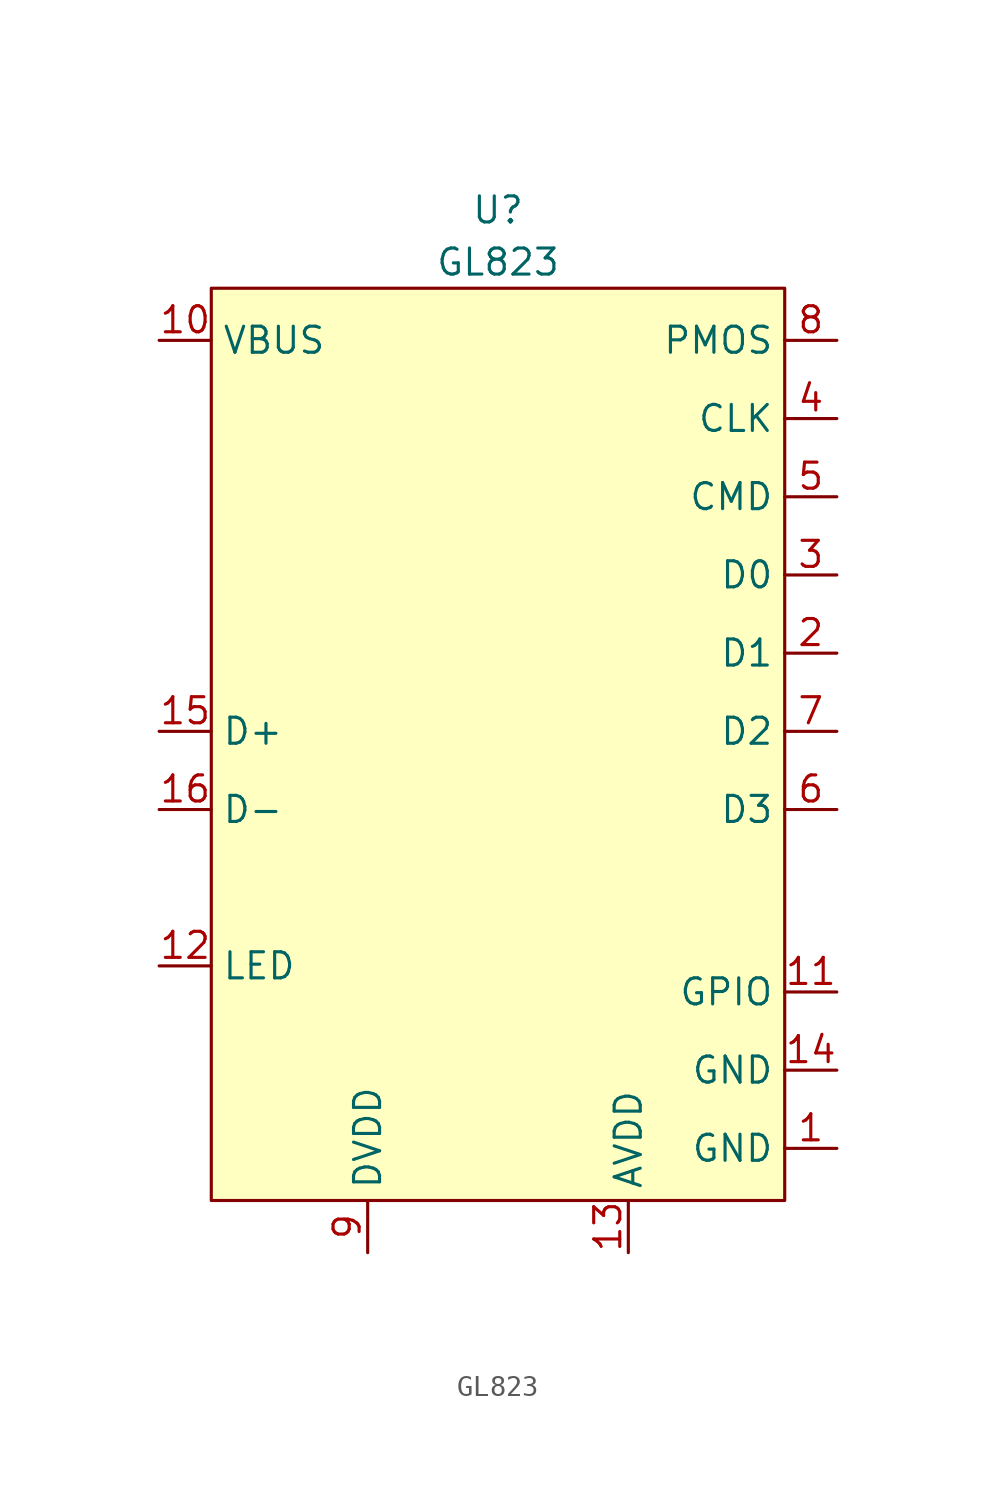
<source format=kicad_sym>
(kicad_symbol_lib
  (version 20220914)
  (generator kicad_symbol_editor)
  (symbol "GL823"
    (property "Reference" "U"
      (at 0 12.7 0)
      (effects (font (size 1.27 1.27))))
    (property "Value" "GL823"
      (at 0 10.16 0)
      (effects (font (size 1.27 1.27))))
    (symbol "GL823_1_1"
      (rectangle (start -13.97 8.89) (end 13.97 -35.56) (stroke (width 0) (type default)) (fill (type background)))
      (pin input line (at 16.51 -33.02 180) (length 2.54) (name "GND" (effects (font (size 1.27 1.27)))) (number "1" (effects (font (size 1.27 1.27)))))
      (pin input line (at -16.51 6.35 0) (length 2.54) (name "VBUS" (effects (font (size 1.27 1.27)))) (number "10" (effects (font (size 1.27 1.27)))))
      (pin input line (at 16.51 -25.4 180) (length 2.54) (name "GPIO" (effects (font (size 1.27 1.27)))) (number "11" (effects (font (size 1.27 1.27)))))
      (pin input line (at -16.51 -24.13 0) (length 2.54) (name "LED" (effects (font (size 1.27 1.27)))) (number "12" (effects (font (size 1.27 1.27)))))
      (pin input line (at 6.35 -38.1 90) (length 2.54) (name "AVDD" (effects (font (size 1.27 1.27)))) (number "13" (effects (font (size 1.27 1.27)))))
      (pin input line (at 16.51 -29.21 180) (length 2.54) (name "GND" (effects (font (size 1.27 1.27)))) (number "14" (effects (font (size 1.27 1.27)))))
      (pin input line (at -16.51 -12.7 0) (length 2.54) (name "D+" (effects (font (size 1.27 1.27)))) (number "15" (effects (font (size 1.27 1.27)))))
      (pin input line (at -16.51 -16.51 0) (length 2.54) (name "D-" (effects (font (size 1.27 1.27)))) (number "16" (effects (font (size 1.27 1.27)))))
      (pin input line (at 16.51 -8.89 180) (length 2.54) (name "D1" (effects (font (size 1.27 1.27)))) (number "2" (effects (font (size 1.27 1.27)))))
      (pin input line (at 16.51 -5.08 180) (length 2.54) (name "D0" (effects (font (size 1.27 1.27)))) (number "3" (effects (font (size 1.27 1.27)))))
      (pin input line (at 16.51 2.54 180) (length 2.54) (name "CLK" (effects (font (size 1.27 1.27)))) (number "4" (effects (font (size 1.27 1.27)))))
      (pin input line (at 16.51 -1.27 180) (length 2.54) (name "CMD" (effects (font (size 1.27 1.27)))) (number "5" (effects (font (size 1.27 1.27)))))
      (pin input line (at 16.51 -16.51 180) (length 2.54) (name "D3" (effects (font (size 1.27 1.27)))) (number "6" (effects (font (size 1.27 1.27)))))
      (pin input line (at 16.51 -12.7 180) (length 2.54) (name "D2" (effects (font (size 1.27 1.27)))) (number "7" (effects (font (size 1.27 1.27)))))
      (pin input line (at 16.51 6.35 180) (length 2.54) (name "PMOS" (effects (font (size 1.27 1.27)))) (number "8" (effects (font (size 1.27 1.27)))))
      (pin input line (at -6.35 -38.1 90) (length 2.54) (name "DVDD" (effects (font (size 1.27 1.27)))) (number "9" (effects (font (size 1.27 1.27))))))))
</source>
